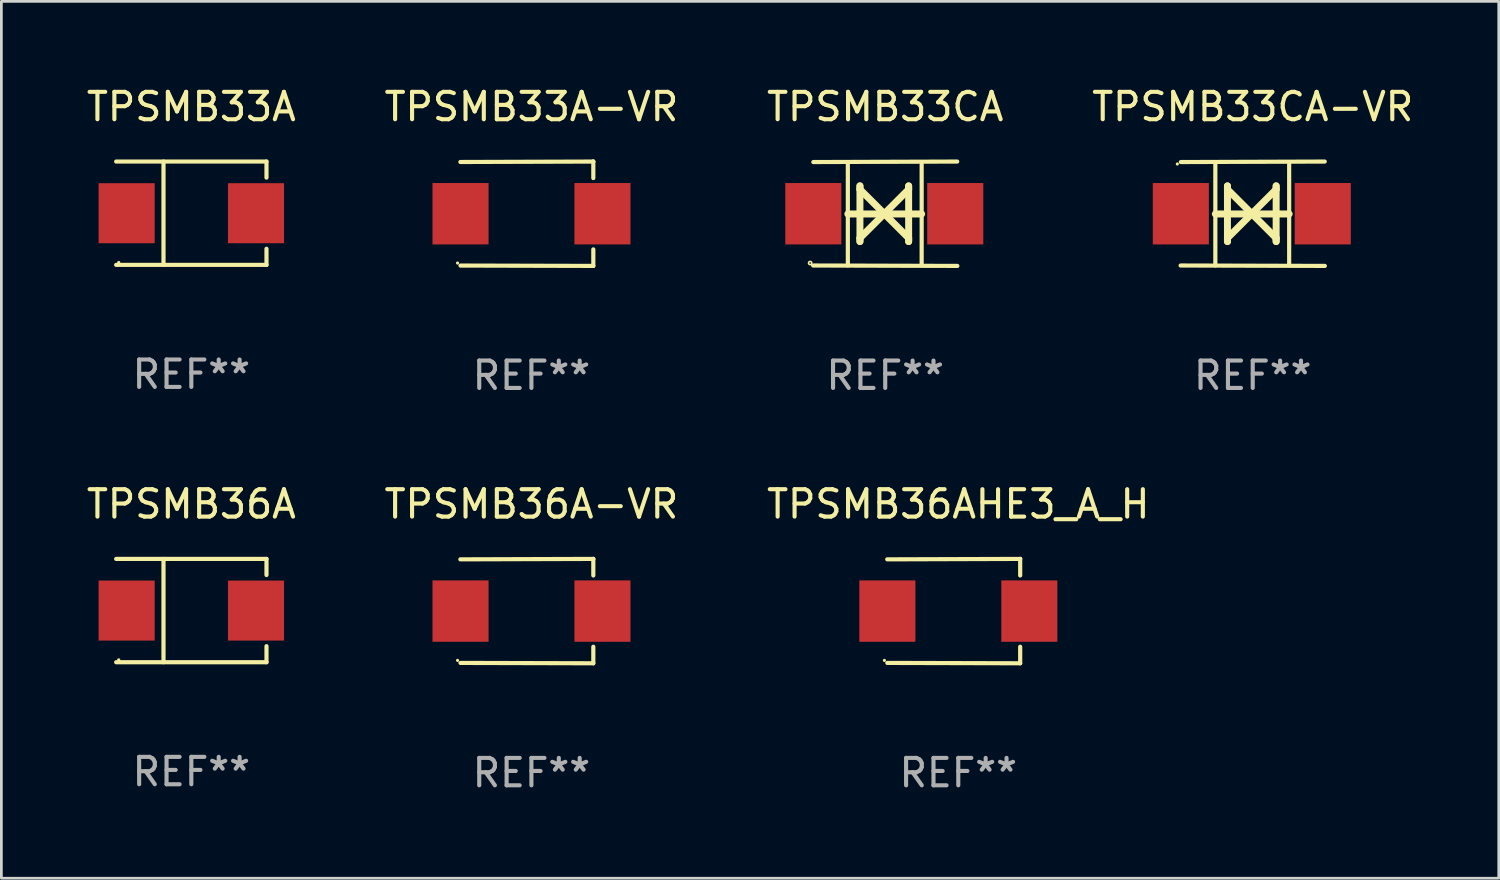
<source format=kicad_pcb>
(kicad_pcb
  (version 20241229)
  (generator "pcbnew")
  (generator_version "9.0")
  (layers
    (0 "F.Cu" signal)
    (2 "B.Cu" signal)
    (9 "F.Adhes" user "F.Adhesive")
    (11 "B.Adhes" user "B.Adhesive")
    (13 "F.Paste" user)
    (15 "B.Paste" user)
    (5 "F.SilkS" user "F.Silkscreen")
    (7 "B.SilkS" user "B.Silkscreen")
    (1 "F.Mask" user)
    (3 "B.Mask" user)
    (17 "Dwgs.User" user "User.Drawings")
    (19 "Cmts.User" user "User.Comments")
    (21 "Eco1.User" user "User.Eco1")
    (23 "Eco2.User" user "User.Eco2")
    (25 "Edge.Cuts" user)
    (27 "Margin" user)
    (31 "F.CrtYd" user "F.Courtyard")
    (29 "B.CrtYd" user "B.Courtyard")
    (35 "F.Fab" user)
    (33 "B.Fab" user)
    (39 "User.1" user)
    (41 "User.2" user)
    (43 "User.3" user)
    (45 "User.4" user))
  (footprint "TPSMB33A"
    (layer "F.Cu")
    (at 3.935 4.734)
    (property "Reference" "TPSMB33A" (at 0 -3.886 0) (layer "F.SilkS") (effects (font (size 1 1) (thickness 0.15))))
    (attr through_hole)
    (fp_line (start -2.744 -1.886) (end 2.744 -1.886) (stroke (width 0.152) (type solid)) (layer "F.SilkS"))
    (fp_line (start -2.744 1.886) (end 2.744 1.886) (stroke (width 0.152) (type solid)) (layer "F.SilkS"))
    (fp_line (start -1.016 -1.886) (end -1.016 1.886) (stroke (width 0.152) (type solid)) (layer "F.SilkS"))
    (fp_line (start 2.744 -1.886) (end 2.744 -1.299) (stroke (width 0.152) (type solid)) (layer "F.SilkS"))
    (fp_line (start 2.744 1.886) (end 2.744 1.299) (stroke (width 0.152) (type solid)) (layer "F.SilkS"))
    (fp_circle (center -2.65 1.8) (end -2.62 1.8) (stroke (width 0.06) (type solid)) (fill no) (layer "F.SilkS"))
    (fp_text user "REF**" (at 0 5.886 0) (layer "F.Fab") (effects (font (size 1 1) (thickness 0.15))))
    (pad "1" smd rect (at -2.361 0) (size 2.047 2.192) (layers "F.Cu" "F.Mask" "F.Paste"))
    (pad "2" smd rect (at 2.361 0) (size 2.047 2.192) (layers "F.Cu" "F.Mask" "F.Paste")))
  (footprint "TPSMB33CA"
    (layer "F.Cu")
    (at 29.268 4.753)
    (property "Reference" "TPSMB33CA" (at 0 -3.905 0) (layer "F.SilkS") (effects (font (size 1 1) (thickness 0.15))))
    (attr through_hole)
    (fp_line (start -1.365 1.886) (end -1.365 -1.886) (stroke (width 0.152) (type solid)) (layer "F.SilkS"))
    (fp_line (start -1.365 0.008) (end 1.33 0.008) (stroke (width 0.254) (type solid)) (layer "F.SilkS"))
    (fp_line (start -0.923 -1.016) (end -0.923 1.016) (stroke (width 0.254) (type solid)) (layer "F.SilkS"))
    (fp_line (start -0.923 -0.889) (end -0.923 -1.016) (stroke (width 0.254) (type solid)) (layer "F.SilkS"))
    (fp_line (start -0.923 0.889) (end -0.034 0) (stroke (width 0.254) (type solid)) (layer "F.SilkS"))
    (fp_line (start -0.923 1.016) (end -0.923 0.889) (stroke (width 0.254) (type solid)) (layer "F.SilkS"))
    (fp_line (start -0.034 0) (end -0.923 -0.889) (stroke (width 0.254) (type solid)) (layer "F.SilkS"))
    (fp_line (start -0.034 0) (end 0.855 0.889) (stroke (width 0.254) (type solid)) (layer "F.SilkS"))
    (fp_line (start 0.855 -1.016) (end 0.855 -0.889) (stroke (width 0.254) (type solid)) (layer "F.SilkS"))
    (fp_line (start 0.855 -0.889) (end -0.034 0) (stroke (width 0.254) (type solid)) (layer "F.SilkS"))
    (fp_line (start 0.855 0.889) (end 0.855 1.016) (stroke (width 0.254) (type solid)) (layer "F.SilkS"))
    (fp_line (start 0.855 1.016) (end 0.855 -1.016) (stroke (width 0.254) (type solid)) (layer "F.SilkS"))
    (fp_line (start 1.33 1.886) (end 1.33 -1.886) (stroke (width 0.152) (type solid)) (layer "F.SilkS"))
    (fp_line (start 2.629 -1.905) (end -2.625 -1.887) (stroke (width 0.152) (type solid)) (layer "F.SilkS"))
    (fp_line (start 2.633 1.905) (end -2.633 1.89) (stroke (width 0.152) (type solid)) (layer "F.SilkS"))
    (fp_circle (center -2.741 1.8) (end -2.712 1.8) (stroke (width 0.06) (type solid)) (fill no) (layer "F.SilkS"))
    (fp_text user "REF**" (at 0 5.905 0) (layer "F.Fab") (effects (font (size 1 1) (thickness 0.15))))
    (pad "1" smd rect (at -2.625 0) (size 2.047 2.241) (layers "F.Cu" "F.Mask" "F.Paste"))
    (pad "2" smd rect (at 2.557 0) (size 2.047 2.241) (layers "F.Cu" "F.Mask" "F.Paste")))
  (footprint "TPSMB33CA-VR"
    (layer "F.Cu")
    (at 42.685 4.753)
    (property "Reference" "TPSMB33CA-VR" (at 0 -3.905 0) (layer "F.SilkS") (effects (font (size 1 1) (thickness 0.15))))
    (attr through_hole)
    (fp_line (start -1.365 1.886) (end -1.365 -1.886) (stroke (width 0.152) (type solid)) (layer "F.SilkS"))
    (fp_line (start -1.365 0.008) (end 1.33 0.008) (stroke (width 0.254) (type solid)) (layer "F.SilkS"))
    (fp_line (start -0.923 -1.016) (end -0.923 1.016) (stroke (width 0.254) (type solid)) (layer "F.SilkS"))
    (fp_line (start -0.923 -0.889) (end -0.923 -1.016) (stroke (width 0.254) (type solid)) (layer "F.SilkS"))
    (fp_line (start -0.923 0.889) (end -0.034 0) (stroke (width 0.254) (type solid)) (layer "F.SilkS"))
    (fp_line (start -0.923 1.016) (end -0.923 0.889) (stroke (width 0.254) (type solid)) (layer "F.SilkS"))
    (fp_line (start -0.034 0) (end -0.923 -0.889) (stroke (width 0.254) (type solid)) (layer "F.SilkS"))
    (fp_line (start -0.034 0) (end 0.855 0.889) (stroke (width 0.254) (type solid)) (layer "F.SilkS"))
    (fp_line (start 0.855 -1.016) (end 0.855 -0.889) (stroke (width 0.254) (type solid)) (layer "F.SilkS"))
    (fp_line (start 0.855 -0.889) (end -0.034 0) (stroke (width 0.254) (type solid)) (layer "F.SilkS"))
    (fp_line (start 0.855 0.889) (end 0.855 1.016) (stroke (width 0.254) (type solid)) (layer "F.SilkS"))
    (fp_line (start 0.855 1.016) (end 0.855 -1.016) (stroke (width 0.254) (type solid)) (layer "F.SilkS"))
    (fp_line (start 1.33 1.886) (end 1.33 -1.886) (stroke (width 0.152) (type solid)) (layer "F.SilkS"))
    (fp_line (start 2.629 -1.905) (end -2.625 -1.887) (stroke (width 0.152) (type solid)) (layer "F.SilkS"))
    (fp_line (start 2.633 1.905) (end -2.633 1.89) (stroke (width 0.152) (type solid)) (layer "F.SilkS"))
    (fp_circle (center -2.753 -1.816) (end -2.723 -1.816) (stroke (width 0.06) (type solid)) (fill no) (layer "F.SilkS"))
    (fp_text user "REF**" (at 0 5.905 0) (layer "F.Fab") (effects (font (size 1 1) (thickness 0.15))))
    (pad "1" smd rect (at -2.625 0) (size 2.047 2.241) (layers "F.Cu" "F.Mask" "F.Paste"))
    (pad "2" smd rect (at 2.557 0) (size 2.047 2.241) (layers "F.Cu" "F.Mask" "F.Paste")))
  (footprint "TPSMB36A-VR"
    (layer "F.Cu")
    (at 16.351 19.26)
    (property "Reference" "TPSMB36A-VR" (at 0 -3.905 0) (layer "F.SilkS") (effects (font (size 1 1) (thickness 0.15))))
    (attr through_hole)
    (fp_line (start 2.256 -1.905) (end -2.594 -1.889) (stroke (width 0.152) (type solid)) (layer "F.SilkS"))
    (fp_line (start 2.256 -1.905) (end 2.26 -1.905) (stroke (width 0.152) (type solid)) (layer "F.SilkS"))
    (fp_line (start 2.26 -1.905) (end 2.26 -1.301) (stroke (width 0.152) (type solid)) (layer "F.SilkS"))
    (fp_line (start 2.26 1.301) (end 2.26 1.905) (stroke (width 0.152) (type solid)) (layer "F.SilkS"))
    (fp_line (start 2.26 1.905) (end -2.59 1.892) (stroke (width 0.152) (type solid)) (layer "F.SilkS"))
    (fp_circle (center -2.697 1.8) (end -2.667 1.8) (stroke (width 0.06) (type solid)) (fill no) (layer "F.SilkS"))
    (fp_text user "REF**" (at 0 5.905 0) (layer "F.Fab") (effects (font (size 1 1) (thickness 0.15))))
    (pad "1" smd rect (at -2.588 0) (size 2.047 2.241) (layers "F.Cu" "F.Mask" "F.Paste"))
    (pad "2" smd rect (at 2.594 0) (size 2.047 2.241) (layers "F.Cu" "F.Mask" "F.Paste")))
  (footprint "TPSMB33A-VR"
    (layer "F.Cu")
    (at 16.351 4.753)
    (property "Reference" "TPSMB33A-VR" (at 0 -3.905 0) (layer "F.SilkS") (effects (font (size 1 1) (thickness 0.15))))
    (attr through_hole)
    (fp_line (start 2.256 -1.905) (end -2.594 -1.889) (stroke (width 0.152) (type solid)) (layer "F.SilkS"))
    (fp_line (start 2.256 -1.905) (end 2.26 -1.905) (stroke (width 0.152) (type solid)) (layer "F.SilkS"))
    (fp_line (start 2.26 -1.905) (end 2.26 -1.301) (stroke (width 0.152) (type solid)) (layer "F.SilkS"))
    (fp_line (start 2.26 1.301) (end 2.26 1.905) (stroke (width 0.152) (type solid)) (layer "F.SilkS"))
    (fp_line (start 2.26 1.905) (end -2.59 1.892) (stroke (width 0.152) (type solid)) (layer "F.SilkS"))
    (fp_circle (center -2.697 1.8) (end -2.667 1.8) (stroke (width 0.06) (type solid)) (fill no) (layer "F.SilkS"))
    (fp_text user "REF**" (at 0 5.905 0) (layer "F.Fab") (effects (font (size 1 1) (thickness 0.15))))
    (pad "1" smd rect (at -2.588 0) (size 2.047 2.241) (layers "F.Cu" "F.Mask" "F.Paste"))
    (pad "2" smd rect (at 2.594 0) (size 2.047 2.241) (layers "F.Cu" "F.Mask" "F.Paste")))
  (footprint "TPSMB36A"
    (layer "F.Cu")
    (at 3.935 19.241)
    (property "Reference" "TPSMB36A" (at 0 -3.886 0) (layer "F.SilkS") (effects (font (size 1 1) (thickness 0.15))))
    (attr through_hole)
    (fp_line (start -2.744 -1.886) (end 2.744 -1.886) (stroke (width 0.152) (type solid)) (layer "F.SilkS"))
    (fp_line (start -2.744 1.886) (end 2.744 1.886) (stroke (width 0.152) (type solid)) (layer "F.SilkS"))
    (fp_line (start -1.016 -1.886) (end -1.016 1.886) (stroke (width 0.152) (type solid)) (layer "F.SilkS"))
    (fp_line (start 2.744 -1.886) (end 2.744 -1.299) (stroke (width 0.152) (type solid)) (layer "F.SilkS"))
    (fp_line (start 2.744 1.886) (end 2.744 1.299) (stroke (width 0.152) (type solid)) (layer "F.SilkS"))
    (fp_circle (center -2.65 1.8) (end -2.62 1.8) (stroke (width 0.06) (type solid)) (fill no) (layer "F.SilkS"))
    (fp_text user "REF**" (at 0 5.886 0) (layer "F.Fab") (effects (font (size 1 1) (thickness 0.15))))
    (pad "1" smd rect (at -2.361 0) (size 2.047 2.192) (layers "F.Cu" "F.Mask" "F.Paste"))
    (pad "2" smd rect (at 2.361 0) (size 2.047 2.192) (layers "F.Cu" "F.Mask" "F.Paste")))
  (footprint "TPSMB36AHE3_A_H"
    (layer "F.Cu")
    (at 31.935 19.26)
    (property "Reference" "TPSMB36AHE3_A_H" (at 0 -3.905 0) (layer "F.SilkS") (effects (font (size 1 1) (thickness 0.15))))
    (attr through_hole)
    (fp_line (start 2.256 -1.905) (end -2.594 -1.889) (stroke (width 0.152) (type solid)) (layer "F.SilkS"))
    (fp_line (start 2.256 -1.905) (end 2.26 -1.905) (stroke (width 0.152) (type solid)) (layer "F.SilkS"))
    (fp_line (start 2.26 -1.905) (end 2.26 -1.301) (stroke (width 0.152) (type solid)) (layer "F.SilkS"))
    (fp_line (start 2.26 1.301) (end 2.26 1.905) (stroke (width 0.152) (type solid)) (layer "F.SilkS"))
    (fp_line (start 2.26 1.905) (end -2.59 1.892) (stroke (width 0.152) (type solid)) (layer "F.SilkS"))
    (fp_circle (center -2.697 1.8) (end -2.667 1.8) (stroke (width 0.06) (type solid)) (fill no) (layer "F.SilkS"))
    (fp_text user "REF**" (at 0 5.905 0) (layer "F.Fab") (effects (font (size 1 1) (thickness 0.15))))
    (pad "1" smd rect (at -2.588 0) (size 2.047 2.241) (layers "F.Cu" "F.Mask" "F.Paste"))
    (pad "2" smd rect (at 2.594 0) (size 2.047 2.241) (layers "F.Cu" "F.Mask" "F.Paste")))
  (gr_rect
    (start -3 -3)
    (end 51.667 29.013)
    (stroke (width 0.1) (type default))
    (fill no)
    (layer "Edge.Cuts")))
</source>
